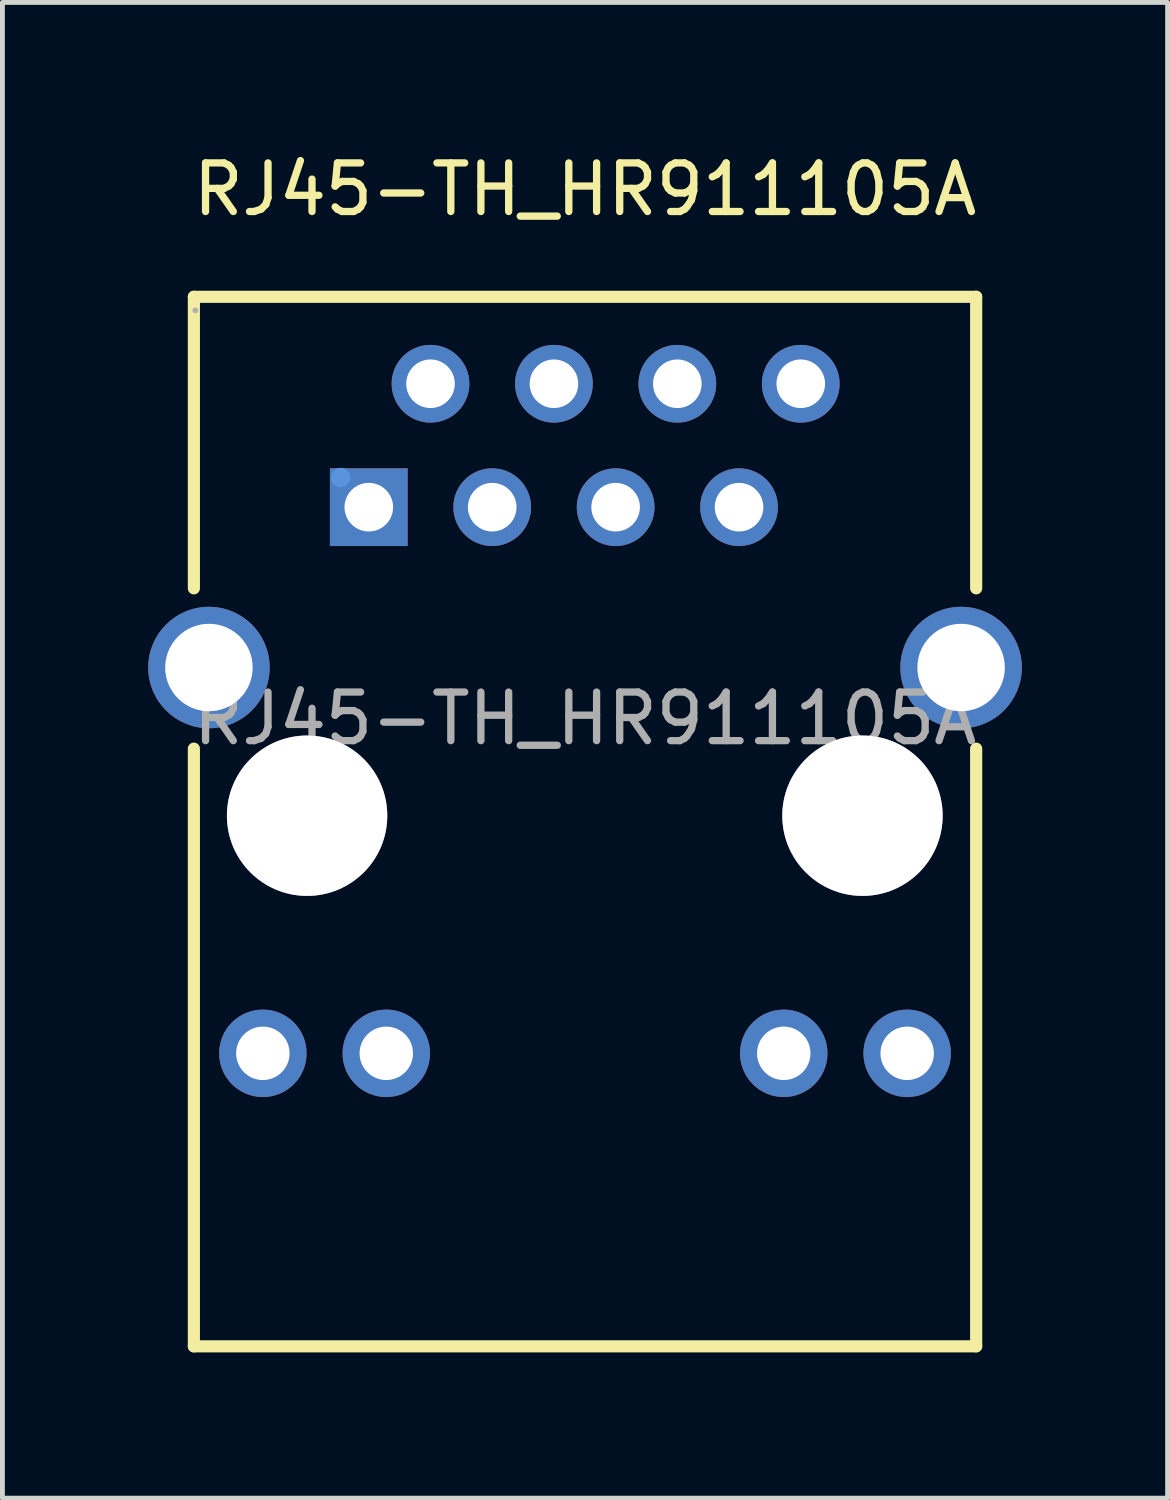
<source format=kicad_pcb>
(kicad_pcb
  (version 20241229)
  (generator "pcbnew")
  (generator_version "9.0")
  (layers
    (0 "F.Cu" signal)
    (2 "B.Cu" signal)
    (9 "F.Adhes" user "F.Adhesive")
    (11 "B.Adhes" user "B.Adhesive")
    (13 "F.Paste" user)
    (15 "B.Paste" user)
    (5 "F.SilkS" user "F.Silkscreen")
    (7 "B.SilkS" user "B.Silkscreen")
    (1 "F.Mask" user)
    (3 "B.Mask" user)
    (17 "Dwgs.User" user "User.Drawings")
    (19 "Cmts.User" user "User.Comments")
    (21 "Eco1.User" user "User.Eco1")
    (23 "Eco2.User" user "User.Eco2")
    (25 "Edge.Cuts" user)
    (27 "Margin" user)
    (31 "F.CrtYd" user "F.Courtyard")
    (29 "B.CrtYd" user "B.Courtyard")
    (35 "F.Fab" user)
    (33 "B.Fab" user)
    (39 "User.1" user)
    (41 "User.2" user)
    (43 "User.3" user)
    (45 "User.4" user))
  (footprint "RJ45-TH_HR911105A"
    (layer "F.Cu")
    (at 8.99 11.738)
    (property "Reference" "RJ45-TH_HR911105A" (at 0 -10.89 0) (layer "F.SilkS") (effects (font (size 1 1) (thickness 0.15))))
    (attr through_hole)
    (fp_line (start -8.05 -8.68) (end -8.05 -2.68) (stroke (width 0.25) (type solid)) (layer "F.SilkS"))
    (fp_line (start -8.05 -8.68) (end 8.05 -8.68) (stroke (width 0.25) (type solid)) (layer "F.SilkS"))
    (fp_line (start -8.05 0.62) (end -8.05 12.92) (stroke (width 0.25) (type solid)) (layer "F.SilkS"))
    (fp_line (start -8.05 12.92) (end 8.05 12.92) (stroke (width 0.25) (type solid)) (layer "F.SilkS"))
    (fp_line (start 8.05 -8.68) (end 8.05 -2.68) (stroke (width 0.25) (type solid)) (layer "F.SilkS"))
    (fp_line (start 8.05 0.62) (end 8.05 12.92) (stroke (width 0.25) (type solid)) (layer "F.SilkS"))
    (fp_circle (center -5.72 2) (end -5.02 2) (stroke (width 1.4) (type solid)) (fill no) (layer "Cmts.User"))
    (fp_circle (center -5.03 -4.96) (end -4.93 -4.96) (stroke (width 0.2) (type solid)) (fill no) (layer "Cmts.User"))
    (fp_circle (center 5.71 2) (end 6.41 2) (stroke (width 1.4) (type solid)) (fill no) (layer "Cmts.User"))
    (fp_circle (center -8.02 -8.4) (end -7.99 -8.4) (stroke (width 0.06) (type solid)) (fill no) (layer "F.Fab"))
    (fp_text user "${REFERENCE}" (at 0 0 0) (layer "F.Fab") (effects (font (size 1 1) (thickness 0.15))))
    (pad "" thru_hole circle (at -5.72 2) (size 3.3 3.3) (drill 3.3) (layers "*.Cu" "*.Mask"))
    (pad "" thru_hole circle (at 5.71 2) (size 3.3 3.3) (drill 3.3) (layers "*.Cu" "*.Mask"))
    (pad "1" thru_hole rect (at -4.45 -4.35) (size 1.6 1.6) (drill 1) (layers "*.Cu" "*.Mask"))
    (pad "2" thru_hole circle (at -3.18 -6.89) (size 1.6 1.6) (drill 1) (layers "*.Cu" "*.Mask"))
    (pad "3" thru_hole circle (at -1.91 -4.35) (size 1.6 1.6) (drill 1) (layers "*.Cu" "*.Mask"))
    (pad "4" thru_hole circle (at -0.64 -6.89) (size 1.6 1.6) (drill 1) (layers "*.Cu" "*.Mask"))
    (pad "5" thru_hole circle (at 0.63 -4.35) (size 1.6 1.6) (drill 1) (layers "*.Cu" "*.Mask"))
    (pad "6" thru_hole circle (at 1.9 -6.89) (size 1.6 1.6) (drill 1) (layers "*.Cu" "*.Mask"))
    (pad "7" thru_hole circle (at 3.17 -4.35) (size 1.6 1.6) (drill 1) (layers "*.Cu" "*.Mask"))
    (pad "8" thru_hole circle (at 4.44 -6.89) (size 1.6 1.6) (drill 1) (layers "*.Cu" "*.Mask"))
    (pad "9" thru_hole circle (at -6.63 6.89) (size 1.8 1.8) (drill 1.1) (layers "*.Cu" "*.Mask"))
    (pad "10" thru_hole circle (at -4.09 6.89) (size 1.8 1.8) (drill 1.1) (layers "*.Cu" "*.Mask"))
    (pad "11" thru_hole circle (at 4.09 6.89) (size 1.8 1.8) (drill 1.1) (layers "*.Cu" "*.Mask"))
    (pad "12" thru_hole circle (at 6.63 6.89) (size 1.8 1.8) (drill 1.1) (layers "*.Cu" "*.Mask"))
    (pad "SH1" thru_hole circle (at -7.74 -1.05) (size 2.5 2.5) (drill 1.8) (layers "*.Cu" "*.Mask"))
    (pad "SH2" thru_hole circle (at 7.74 -1.05) (size 2.5 2.5) (drill 1.8) (layers "*.Cu" "*.Mask")))
  (gr_rect
    (start -3 -3)
    (end 20.98 27.783)
    (stroke (width 0.1) (type default))
    (fill no)
    (layer "Edge.Cuts")))
</source>
